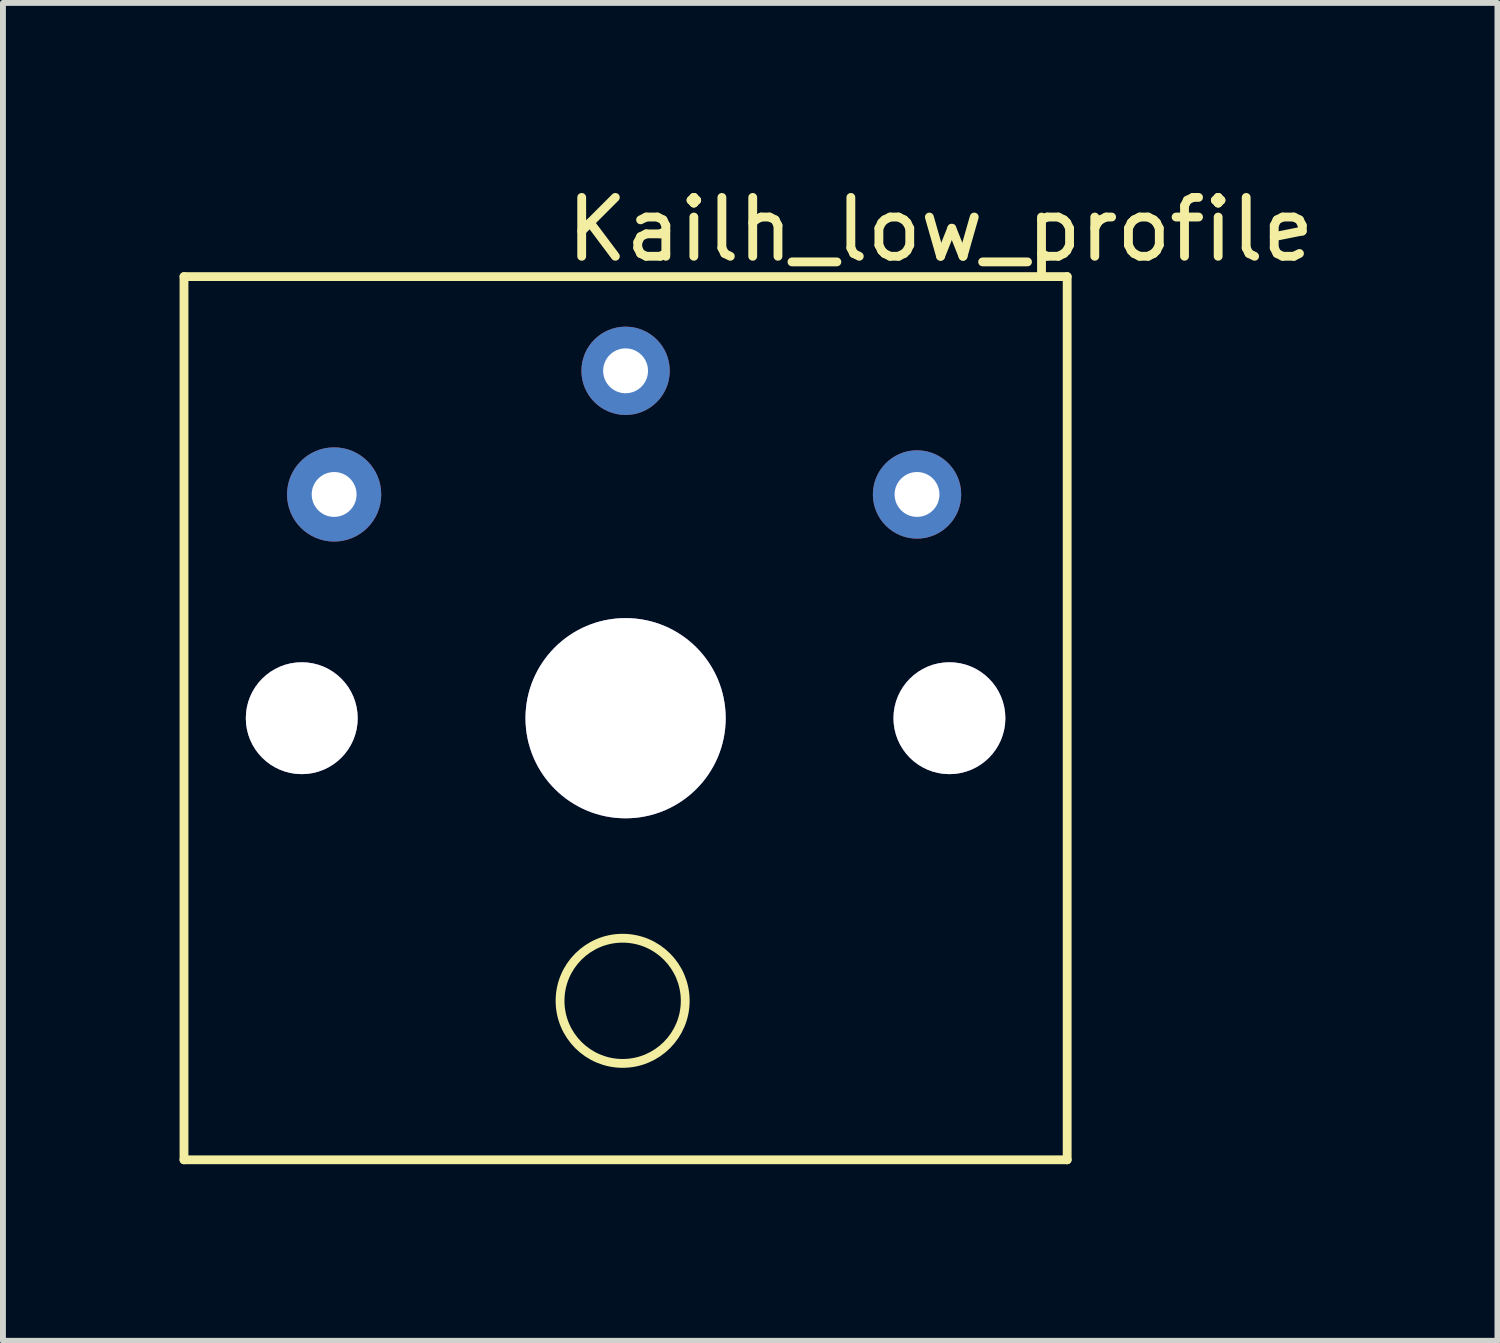
<source format=kicad_pcb>
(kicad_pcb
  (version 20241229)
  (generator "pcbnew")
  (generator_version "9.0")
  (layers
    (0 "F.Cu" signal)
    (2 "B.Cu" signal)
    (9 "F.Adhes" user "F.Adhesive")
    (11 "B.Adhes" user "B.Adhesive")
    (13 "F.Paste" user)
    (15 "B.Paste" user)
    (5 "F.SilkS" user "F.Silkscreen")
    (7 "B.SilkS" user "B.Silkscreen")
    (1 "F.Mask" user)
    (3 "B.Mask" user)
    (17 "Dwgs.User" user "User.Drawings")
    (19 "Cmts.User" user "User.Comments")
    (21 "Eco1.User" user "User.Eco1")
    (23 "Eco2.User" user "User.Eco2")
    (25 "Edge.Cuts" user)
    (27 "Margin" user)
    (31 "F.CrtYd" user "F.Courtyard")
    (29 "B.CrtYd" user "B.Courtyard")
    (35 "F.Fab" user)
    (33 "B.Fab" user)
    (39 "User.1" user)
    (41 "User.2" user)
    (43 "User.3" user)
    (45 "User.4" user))
  (footprint "Kailh_low_profile"
    (layer "F.Cu")
    (at 7.575 9.148)
    (property "Reference" "Kailh_low_profile" (at 5.35 -8.3 0) (layer "F.SilkS") (effects (font (size 1 1) (thickness 0.15))))
    (attr through_hole)
    (fp_line (start -7.5 -7.5) (end 7.5 -7.5) (stroke (width 0.15) (type solid)) (layer "F.SilkS"))
    (fp_line (start -7.5 7.5) (end -7.5 -7.5) (stroke (width 0.15) (type solid)) (layer "F.SilkS"))
    (fp_line (start 7.5 -7.5) (end 7.5 7.5) (stroke (width 0.15) (type solid)) (layer "F.SilkS"))
    (fp_line (start 7.5 7.5) (end -7.5 7.5) (stroke (width 0.15) (type solid)) (layer "F.SilkS"))
    (fp_circle (center -0.05 4.8) (end 0.65 5.6) (stroke (width 0.15) (type solid)) (fill no) (layer "F.SilkS"))
    (pad "" thru_hole circle (at -5.5 0) (size 1.9 1.9) (drill 1.9) (layers "*.Cu" "*.Mask"))
    (pad "" thru_hole circle (at 0 0) (size 3.4 3.4) (drill 3.4) (layers "*.Cu" "*.Mask"))
    (pad "" thru_hole circle (at 5.5 0) (size 1.9 1.9) (drill 1.9) (layers "*.Cu" "*.Mask"))
    (pad "1" thru_hole circle (at -4.95 -3.8) (size 1.6 1.6) (drill 0.762) (layers "*.Cu" "*.Mask"))
    (pad "1" thru_hole circle (at 4.95 -3.8) (size 1.5 1.5) (drill 0.762) (layers "*.Cu" "*.Mask"))
    (pad "2" thru_hole circle (at 0 -5.9) (size 1.5 1.5) (drill 0.762) (layers "*.Cu" "*.Mask")))
  (gr_rect
    (start -3 -3)
    (end 22.383 19.723)
    (stroke (width 0.1) (type default))
    (fill no)
    (layer "Edge.Cuts")))
</source>
